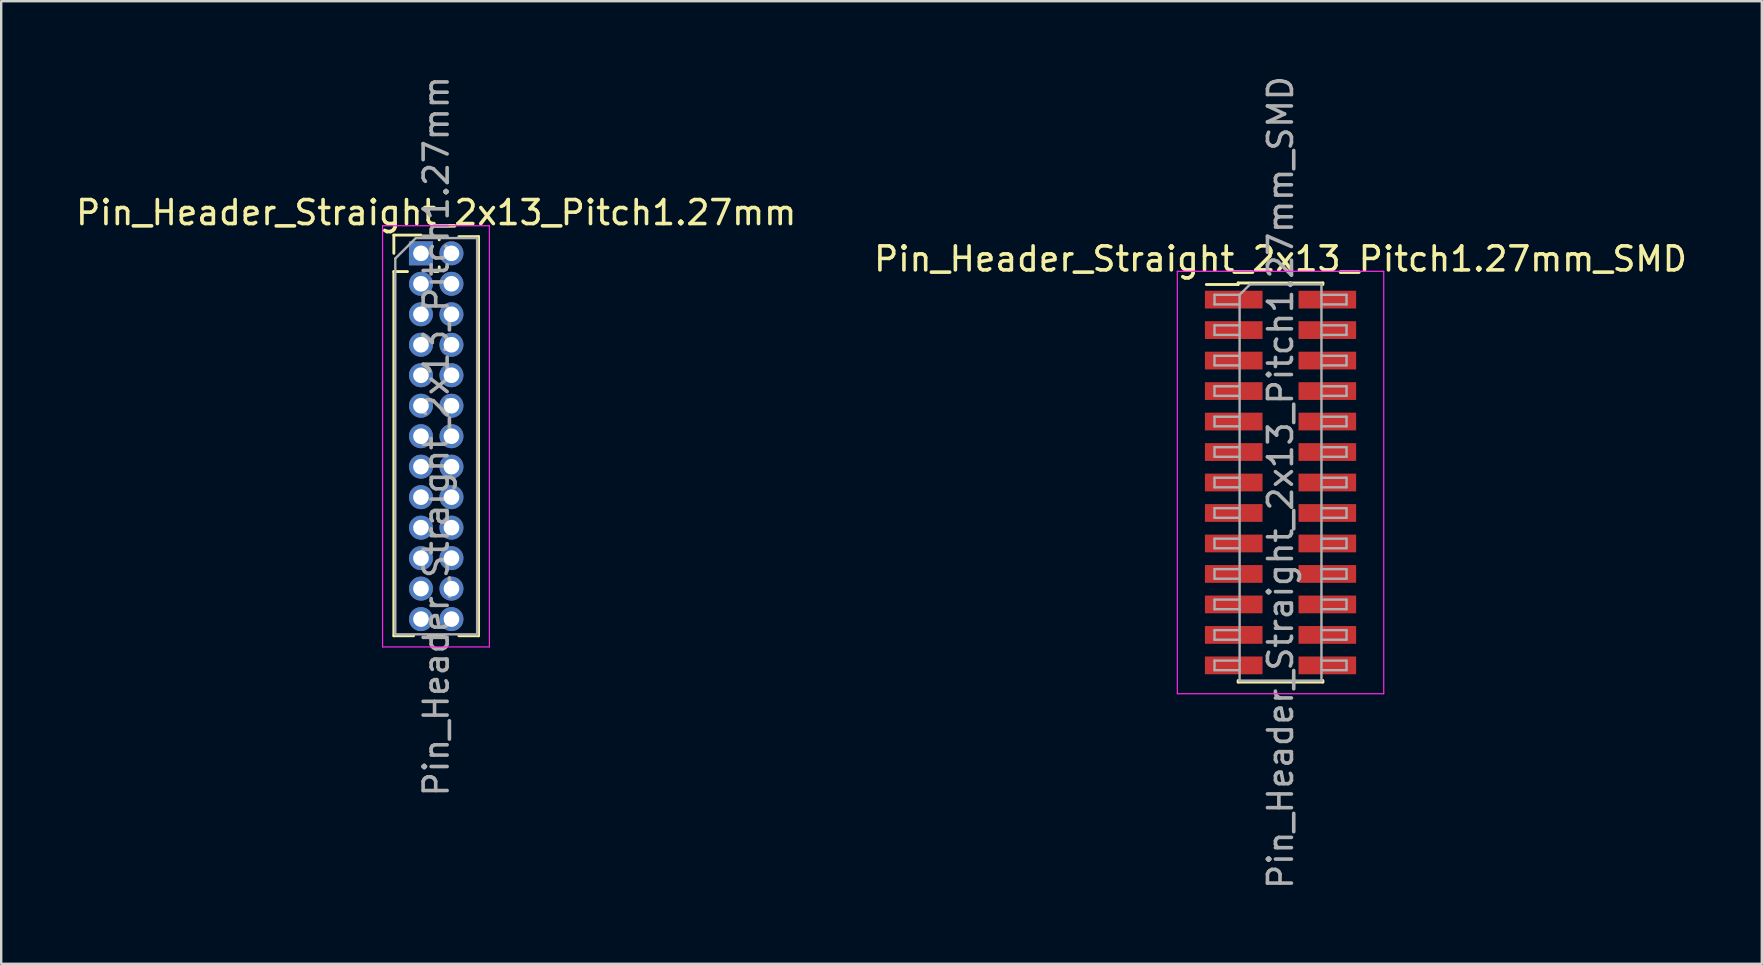
<source format=kicad_pcb>
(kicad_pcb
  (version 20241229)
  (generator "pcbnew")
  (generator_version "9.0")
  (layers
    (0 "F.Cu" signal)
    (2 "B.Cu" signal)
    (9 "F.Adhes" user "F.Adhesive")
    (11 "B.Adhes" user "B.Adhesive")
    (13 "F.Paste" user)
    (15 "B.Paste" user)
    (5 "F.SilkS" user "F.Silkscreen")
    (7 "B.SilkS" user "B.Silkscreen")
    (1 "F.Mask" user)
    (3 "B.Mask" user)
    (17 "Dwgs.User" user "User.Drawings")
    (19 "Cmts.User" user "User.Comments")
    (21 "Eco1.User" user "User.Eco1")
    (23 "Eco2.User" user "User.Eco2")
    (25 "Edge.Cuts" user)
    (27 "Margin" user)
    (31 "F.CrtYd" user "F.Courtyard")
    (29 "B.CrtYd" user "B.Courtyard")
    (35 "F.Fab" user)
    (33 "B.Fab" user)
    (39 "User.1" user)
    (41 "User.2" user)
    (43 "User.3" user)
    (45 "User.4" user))
  (footprint "Pin_Header_Straight_2x13_Pitch1.27mm"
    (layer "F.Cu")
    (at 14.49 7.505)
    (property "Reference" "Pin_Header_Straight_2x13_Pitch1.27mm" (at 0.635 -1.695 0) (layer "F.SilkS") (effects (font (size 1 1) (thickness 0.15))))
    (attr through_hole)
    (fp_line (start -1.13 -0.76) (end 0 -0.76) (stroke (width 0.12) (type solid)) (layer "F.SilkS"))
    (fp_line (start -1.13 0) (end -1.13 -0.76) (stroke (width 0.12) (type solid)) (layer "F.SilkS"))
    (fp_line (start -1.13 0.76) (end -1.13 15.935) (stroke (width 0.12) (type solid)) (layer "F.SilkS"))
    (fp_line (start -1.13 0.76) (end -0.563 0.76) (stroke (width 0.12) (type solid)) (layer "F.SilkS"))
    (fp_line (start -1.13 15.935) (end -0.308 15.935) (stroke (width 0.12) (type solid)) (layer "F.SilkS"))
    (fp_line (start 0.308 15.935) (end 0.962 15.935) (stroke (width 0.12) (type solid)) (layer "F.SilkS"))
    (fp_line (start 0.563 0.76) (end 0.707 0.76) (stroke (width 0.12) (type solid)) (layer "F.SilkS"))
    (fp_line (start 0.76 -0.695) (end 0.962 -0.695) (stroke (width 0.12) (type solid)) (layer "F.SilkS"))
    (fp_line (start 0.76 -0.563) (end 0.76 -0.695) (stroke (width 0.12) (type solid)) (layer "F.SilkS"))
    (fp_line (start 0.76 0.707) (end 0.76 0.563) (stroke (width 0.12) (type solid)) (layer "F.SilkS"))
    (fp_line (start 1.578 -0.695) (end 2.4 -0.695) (stroke (width 0.12) (type solid)) (layer "F.SilkS"))
    (fp_line (start 1.578 15.935) (end 2.4 15.935) (stroke (width 0.12) (type solid)) (layer "F.SilkS"))
    (fp_line (start 2.4 -0.695) (end 2.4 15.935) (stroke (width 0.12) (type solid)) (layer "F.SilkS"))
    (fp_line (start -1.6 -1.15) (end -1.6 16.4) (stroke (width 0.05) (type solid)) (layer "F.CrtYd"))
    (fp_line (start -1.6 16.4) (end 2.85 16.4) (stroke (width 0.05) (type solid)) (layer "F.CrtYd"))
    (fp_line (start 2.85 -1.15) (end -1.6 -1.15) (stroke (width 0.05) (type solid)) (layer "F.CrtYd"))
    (fp_line (start 2.85 16.4) (end 2.85 -1.15) (stroke (width 0.05) (type solid)) (layer "F.CrtYd"))
    (fp_line (start -1.07 0.217) (end -0.217 -0.635) (stroke (width 0.1) (type solid)) (layer "F.Fab"))
    (fp_line (start -1.07 15.875) (end -1.07 0.217) (stroke (width 0.1) (type solid)) (layer "F.Fab"))
    (fp_line (start -0.217 -0.635) (end 2.34 -0.635) (stroke (width 0.1) (type solid)) (layer "F.Fab"))
    (fp_line (start 2.34 -0.635) (end 2.34 15.875) (stroke (width 0.1) (type solid)) (layer "F.Fab"))
    (fp_line (start 2.34 15.875) (end -1.07 15.875) (stroke (width 0.1) (type solid)) (layer "F.Fab"))
    (fp_text user "${REFERENCE}" (at 0.635 7.62 90) (layer "F.Fab") (effects (font (size 1 1) (thickness 0.15))))
    (pad "1" thru_hole rect (at 0 0) (size 1 1) (drill 0.65) (layers "*.Cu" "*.Mask"))
    (pad "2" thru_hole oval (at 1.27 0) (size 1 1) (drill 0.65) (layers "*.Cu" "*.Mask"))
    (pad "3" thru_hole oval (at 0 1.27) (size 1 1) (drill 0.65) (layers "*.Cu" "*.Mask"))
    (pad "4" thru_hole oval (at 1.27 1.27) (size 1 1) (drill 0.65) (layers "*.Cu" "*.Mask"))
    (pad "5" thru_hole oval (at 0 2.54) (size 1 1) (drill 0.65) (layers "*.Cu" "*.Mask"))
    (pad "6" thru_hole oval (at 1.27 2.54) (size 1 1) (drill 0.65) (layers "*.Cu" "*.Mask"))
    (pad "7" thru_hole oval (at 0 3.81) (size 1 1) (drill 0.65) (layers "*.Cu" "*.Mask"))
    (pad "8" thru_hole oval (at 1.27 3.81) (size 1 1) (drill 0.65) (layers "*.Cu" "*.Mask"))
    (pad "9" thru_hole oval (at 0 5.08) (size 1 1) (drill 0.65) (layers "*.Cu" "*.Mask"))
    (pad "10" thru_hole oval (at 1.27 5.08) (size 1 1) (drill 0.65) (layers "*.Cu" "*.Mask"))
    (pad "11" thru_hole oval (at 0 6.35) (size 1 1) (drill 0.65) (layers "*.Cu" "*.Mask"))
    (pad "12" thru_hole oval (at 1.27 6.35) (size 1 1) (drill 0.65) (layers "*.Cu" "*.Mask"))
    (pad "13" thru_hole oval (at 0 7.62) (size 1 1) (drill 0.65) (layers "*.Cu" "*.Mask"))
    (pad "14" thru_hole oval (at 1.27 7.62) (size 1 1) (drill 0.65) (layers "*.Cu" "*.Mask"))
    (pad "15" thru_hole oval (at 0 8.89) (size 1 1) (drill 0.65) (layers "*.Cu" "*.Mask"))
    (pad "16" thru_hole oval (at 1.27 8.89) (size 1 1) (drill 0.65) (layers "*.Cu" "*.Mask"))
    (pad "17" thru_hole oval (at 0 10.16) (size 1 1) (drill 0.65) (layers "*.Cu" "*.Mask"))
    (pad "18" thru_hole oval (at 1.27 10.16) (size 1 1) (drill 0.65) (layers "*.Cu" "*.Mask"))
    (pad "19" thru_hole oval (at 0 11.43) (size 1 1) (drill 0.65) (layers "*.Cu" "*.Mask"))
    (pad "20" thru_hole oval (at 1.27 11.43) (size 1 1) (drill 0.65) (layers "*.Cu" "*.Mask"))
    (pad "21" thru_hole oval (at 0 12.7) (size 1 1) (drill 0.65) (layers "*.Cu" "*.Mask"))
    (pad "22" thru_hole oval (at 1.27 12.7) (size 1 1) (drill 0.65) (layers "*.Cu" "*.Mask"))
    (pad "23" thru_hole oval (at 0 13.97) (size 1 1) (drill 0.65) (layers "*.Cu" "*.Mask"))
    (pad "24" thru_hole oval (at 1.27 13.97) (size 1 1) (drill 0.65) (layers "*.Cu" "*.Mask"))
    (pad "25" thru_hole oval (at 0 15.24) (size 1 1) (drill 0.65) (layers "*.Cu" "*.Mask"))
    (pad "26" thru_hole oval (at 1.27 15.24) (size 1 1) (drill 0.65) (layers "*.Cu" "*.Mask")))
  (footprint "Pin_Header_Straight_2x13_Pitch1.27mm_SMD"
    (layer "F.Cu")
    (at 50.304 17.054)
    (property "Reference" "Pin_Header_Straight_2x13_Pitch1.27mm_SMD" (at 0 -9.315 0) (layer "F.SilkS") (effects (font (size 1 1) (thickness 0.15))))
    (attr smd)
    (fp_line (start -3.09 -8.25) (end -1.765 -8.25) (stroke (width 0.12) (type solid)) (layer "F.SilkS"))
    (fp_line (start -1.765 -8.315) (end -1.765 -8.25) (stroke (width 0.12) (type solid)) (layer "F.SilkS"))
    (fp_line (start -1.765 -8.315) (end 1.765 -8.315) (stroke (width 0.12) (type solid)) (layer "F.SilkS"))
    (fp_line (start -1.765 8.25) (end -1.765 8.315) (stroke (width 0.12) (type solid)) (layer "F.SilkS"))
    (fp_line (start -1.765 8.315) (end 1.765 8.315) (stroke (width 0.12) (type solid)) (layer "F.SilkS"))
    (fp_line (start 1.765 -8.315) (end 1.765 -8.25) (stroke (width 0.12) (type solid)) (layer "F.SilkS"))
    (fp_line (start 1.765 8.25) (end 1.765 8.315) (stroke (width 0.12) (type solid)) (layer "F.SilkS"))
    (fp_line (start -4.3 -8.8) (end -4.3 8.8) (stroke (width 0.05) (type solid)) (layer "F.CrtYd"))
    (fp_line (start -4.3 8.8) (end 4.3 8.8) (stroke (width 0.05) (type solid)) (layer "F.CrtYd"))
    (fp_line (start 4.3 -8.8) (end -4.3 -8.8) (stroke (width 0.05) (type solid)) (layer "F.CrtYd"))
    (fp_line (start 4.3 8.8) (end 4.3 -8.8) (stroke (width 0.05) (type solid)) (layer "F.CrtYd"))
    (fp_line (start -2.75 -7.82) (end -2.75 -7.42) (stroke (width 0.1) (type solid)) (layer "F.Fab"))
    (fp_line (start -2.75 -7.42) (end -1.705 -7.42) (stroke (width 0.1) (type solid)) (layer "F.Fab"))
    (fp_line (start -2.75 -6.55) (end -2.75 -6.15) (stroke (width 0.1) (type solid)) (layer "F.Fab"))
    (fp_line (start -2.75 -6.15) (end -1.705 -6.15) (stroke (width 0.1) (type solid)) (layer "F.Fab"))
    (fp_line (start -2.75 -5.28) (end -2.75 -4.88) (stroke (width 0.1) (type solid)) (layer "F.Fab"))
    (fp_line (start -2.75 -4.88) (end -1.705 -4.88) (stroke (width 0.1) (type solid)) (layer "F.Fab"))
    (fp_line (start -2.75 -4.01) (end -2.75 -3.61) (stroke (width 0.1) (type solid)) (layer "F.Fab"))
    (fp_line (start -2.75 -3.61) (end -1.705 -3.61) (stroke (width 0.1) (type solid)) (layer "F.Fab"))
    (fp_line (start -2.75 -2.74) (end -2.75 -2.34) (stroke (width 0.1) (type solid)) (layer "F.Fab"))
    (fp_line (start -2.75 -2.34) (end -1.705 -2.34) (stroke (width 0.1) (type solid)) (layer "F.Fab"))
    (fp_line (start -2.75 -1.47) (end -2.75 -1.07) (stroke (width 0.1) (type solid)) (layer "F.Fab"))
    (fp_line (start -2.75 -1.07) (end -1.705 -1.07) (stroke (width 0.1) (type solid)) (layer "F.Fab"))
    (fp_line (start -2.75 -0.2) (end -2.75 0.2) (stroke (width 0.1) (type solid)) (layer "F.Fab"))
    (fp_line (start -2.75 0.2) (end -1.705 0.2) (stroke (width 0.1) (type solid)) (layer "F.Fab"))
    (fp_line (start -2.75 1.07) (end -2.75 1.47) (stroke (width 0.1) (type solid)) (layer "F.Fab"))
    (fp_line (start -2.75 1.47) (end -1.705 1.47) (stroke (width 0.1) (type solid)) (layer "F.Fab"))
    (fp_line (start -2.75 2.34) (end -2.75 2.74) (stroke (width 0.1) (type solid)) (layer "F.Fab"))
    (fp_line (start -2.75 2.74) (end -1.705 2.74) (stroke (width 0.1) (type solid)) (layer "F.Fab"))
    (fp_line (start -2.75 3.61) (end -2.75 4.01) (stroke (width 0.1) (type solid)) (layer "F.Fab"))
    (fp_line (start -2.75 4.01) (end -1.705 4.01) (stroke (width 0.1) (type solid)) (layer "F.Fab"))
    (fp_line (start -2.75 4.88) (end -2.75 5.28) (stroke (width 0.1) (type solid)) (layer "F.Fab"))
    (fp_line (start -2.75 5.28) (end -1.705 5.28) (stroke (width 0.1) (type solid)) (layer "F.Fab"))
    (fp_line (start -2.75 6.15) (end -2.75 6.55) (stroke (width 0.1) (type solid)) (layer "F.Fab"))
    (fp_line (start -2.75 6.55) (end -1.705 6.55) (stroke (width 0.1) (type solid)) (layer "F.Fab"))
    (fp_line (start -2.75 7.42) (end -2.75 7.82) (stroke (width 0.1) (type solid)) (layer "F.Fab"))
    (fp_line (start -2.75 7.82) (end -1.705 7.82) (stroke (width 0.1) (type solid)) (layer "F.Fab"))
    (fp_line (start -1.705 -7.82) (end -2.75 -7.82) (stroke (width 0.1) (type solid)) (layer "F.Fab"))
    (fp_line (start -1.705 -7.82) (end -1.27 -8.255) (stroke (width 0.1) (type solid)) (layer "F.Fab"))
    (fp_line (start -1.705 -6.55) (end -2.75 -6.55) (stroke (width 0.1) (type solid)) (layer "F.Fab"))
    (fp_line (start -1.705 -5.28) (end -2.75 -5.28) (stroke (width 0.1) (type solid)) (layer "F.Fab"))
    (fp_line (start -1.705 -4.01) (end -2.75 -4.01) (stroke (width 0.1) (type solid)) (layer "F.Fab"))
    (fp_line (start -1.705 -2.74) (end -2.75 -2.74) (stroke (width 0.1) (type solid)) (layer "F.Fab"))
    (fp_line (start -1.705 -1.47) (end -2.75 -1.47) (stroke (width 0.1) (type solid)) (layer "F.Fab"))
    (fp_line (start -1.705 -0.2) (end -2.75 -0.2) (stroke (width 0.1) (type solid)) (layer "F.Fab"))
    (fp_line (start -1.705 1.07) (end -2.75 1.07) (stroke (width 0.1) (type solid)) (layer "F.Fab"))
    (fp_line (start -1.705 2.34) (end -2.75 2.34) (stroke (width 0.1) (type solid)) (layer "F.Fab"))
    (fp_line (start -1.705 3.61) (end -2.75 3.61) (stroke (width 0.1) (type solid)) (layer "F.Fab"))
    (fp_line (start -1.705 4.88) (end -2.75 4.88) (stroke (width 0.1) (type solid)) (layer "F.Fab"))
    (fp_line (start -1.705 6.15) (end -2.75 6.15) (stroke (width 0.1) (type solid)) (layer "F.Fab"))
    (fp_line (start -1.705 7.42) (end -2.75 7.42) (stroke (width 0.1) (type solid)) (layer "F.Fab"))
    (fp_line (start -1.705 8.255) (end -1.705 -7.82) (stroke (width 0.1) (type solid)) (layer "F.Fab"))
    (fp_line (start -1.27 -8.255) (end 1.705 -8.255) (stroke (width 0.1) (type solid)) (layer "F.Fab"))
    (fp_line (start 1.705 -8.255) (end 1.705 8.255) (stroke (width 0.1) (type solid)) (layer "F.Fab"))
    (fp_line (start 1.705 -7.82) (end 2.75 -7.82) (stroke (width 0.1) (type solid)) (layer "F.Fab"))
    (fp_line (start 1.705 -6.55) (end 2.75 -6.55) (stroke (width 0.1) (type solid)) (layer "F.Fab"))
    (fp_line (start 1.705 -5.28) (end 2.75 -5.28) (stroke (width 0.1) (type solid)) (layer "F.Fab"))
    (fp_line (start 1.705 -4.01) (end 2.75 -4.01) (stroke (width 0.1) (type solid)) (layer "F.Fab"))
    (fp_line (start 1.705 -2.74) (end 2.75 -2.74) (stroke (width 0.1) (type solid)) (layer "F.Fab"))
    (fp_line (start 1.705 -1.47) (end 2.75 -1.47) (stroke (width 0.1) (type solid)) (layer "F.Fab"))
    (fp_line (start 1.705 -0.2) (end 2.75 -0.2) (stroke (width 0.1) (type solid)) (layer "F.Fab"))
    (fp_line (start 1.705 1.07) (end 2.75 1.07) (stroke (width 0.1) (type solid)) (layer "F.Fab"))
    (fp_line (start 1.705 2.34) (end 2.75 2.34) (stroke (width 0.1) (type solid)) (layer "F.Fab"))
    (fp_line (start 1.705 3.61) (end 2.75 3.61) (stroke (width 0.1) (type solid)) (layer "F.Fab"))
    (fp_line (start 1.705 4.88) (end 2.75 4.88) (stroke (width 0.1) (type solid)) (layer "F.Fab"))
    (fp_line (start 1.705 6.15) (end 2.75 6.15) (stroke (width 0.1) (type solid)) (layer "F.Fab"))
    (fp_line (start 1.705 7.42) (end 2.75 7.42) (stroke (width 0.1) (type solid)) (layer "F.Fab"))
    (fp_line (start 1.705 8.255) (end -1.705 8.255) (stroke (width 0.1) (type solid)) (layer "F.Fab"))
    (fp_line (start 2.75 -7.82) (end 2.75 -7.42) (stroke (width 0.1) (type solid)) (layer "F.Fab"))
    (fp_line (start 2.75 -7.42) (end 1.705 -7.42) (stroke (width 0.1) (type solid)) (layer "F.Fab"))
    (fp_line (start 2.75 -6.55) (end 2.75 -6.15) (stroke (width 0.1) (type solid)) (layer "F.Fab"))
    (fp_line (start 2.75 -6.15) (end 1.705 -6.15) (stroke (width 0.1) (type solid)) (layer "F.Fab"))
    (fp_line (start 2.75 -5.28) (end 2.75 -4.88) (stroke (width 0.1) (type solid)) (layer "F.Fab"))
    (fp_line (start 2.75 -4.88) (end 1.705 -4.88) (stroke (width 0.1) (type solid)) (layer "F.Fab"))
    (fp_line (start 2.75 -4.01) (end 2.75 -3.61) (stroke (width 0.1) (type solid)) (layer "F.Fab"))
    (fp_line (start 2.75 -3.61) (end 1.705 -3.61) (stroke (width 0.1) (type solid)) (layer "F.Fab"))
    (fp_line (start 2.75 -2.74) (end 2.75 -2.34) (stroke (width 0.1) (type solid)) (layer "F.Fab"))
    (fp_line (start 2.75 -2.34) (end 1.705 -2.34) (stroke (width 0.1) (type solid)) (layer "F.Fab"))
    (fp_line (start 2.75 -1.47) (end 2.75 -1.07) (stroke (width 0.1) (type solid)) (layer "F.Fab"))
    (fp_line (start 2.75 -1.07) (end 1.705 -1.07) (stroke (width 0.1) (type solid)) (layer "F.Fab"))
    (fp_line (start 2.75 -0.2) (end 2.75 0.2) (stroke (width 0.1) (type solid)) (layer "F.Fab"))
    (fp_line (start 2.75 0.2) (end 1.705 0.2) (stroke (width 0.1) (type solid)) (layer "F.Fab"))
    (fp_line (start 2.75 1.07) (end 2.75 1.47) (stroke (width 0.1) (type solid)) (layer "F.Fab"))
    (fp_line (start 2.75 1.47) (end 1.705 1.47) (stroke (width 0.1) (type solid)) (layer "F.Fab"))
    (fp_line (start 2.75 2.34) (end 2.75 2.74) (stroke (width 0.1) (type solid)) (layer "F.Fab"))
    (fp_line (start 2.75 2.74) (end 1.705 2.74) (stroke (width 0.1) (type solid)) (layer "F.Fab"))
    (fp_line (start 2.75 3.61) (end 2.75 4.01) (stroke (width 0.1) (type solid)) (layer "F.Fab"))
    (fp_line (start 2.75 4.01) (end 1.705 4.01) (stroke (width 0.1) (type solid)) (layer "F.Fab"))
    (fp_line (start 2.75 4.88) (end 2.75 5.28) (stroke (width 0.1) (type solid)) (layer "F.Fab"))
    (fp_line (start 2.75 5.28) (end 1.705 5.28) (stroke (width 0.1) (type solid)) (layer "F.Fab"))
    (fp_line (start 2.75 6.15) (end 2.75 6.55) (stroke (width 0.1) (type solid)) (layer "F.Fab"))
    (fp_line (start 2.75 6.55) (end 1.705 6.55) (stroke (width 0.1) (type solid)) (layer "F.Fab"))
    (fp_line (start 2.75 7.42) (end 2.75 7.82) (stroke (width 0.1) (type solid)) (layer "F.Fab"))
    (fp_line (start 2.75 7.82) (end 1.705 7.82) (stroke (width 0.1) (type solid)) (layer "F.Fab"))
    (fp_text user "${REFERENCE}" (at 0 0 90) (layer "F.Fab") (effects (font (size 1 1) (thickness 0.15))))
    (pad "1" smd rect (at -1.95 -7.62) (size 2.4 0.74) (layers "F.Cu" "F.Mask" "F.Paste"))
    (pad "2" smd rect (at 1.95 -7.62) (size 2.4 0.74) (layers "F.Cu" "F.Mask" "F.Paste"))
    (pad "3" smd rect (at -1.95 -6.35) (size 2.4 0.74) (layers "F.Cu" "F.Mask" "F.Paste"))
    (pad "4" smd rect (at 1.95 -6.35) (size 2.4 0.74) (layers "F.Cu" "F.Mask" "F.Paste"))
    (pad "5" smd rect (at -1.95 -5.08) (size 2.4 0.74) (layers "F.Cu" "F.Mask" "F.Paste"))
    (pad "6" smd rect (at 1.95 -5.08) (size 2.4 0.74) (layers "F.Cu" "F.Mask" "F.Paste"))
    (pad "7" smd rect (at -1.95 -3.81) (size 2.4 0.74) (layers "F.Cu" "F.Mask" "F.Paste"))
    (pad "8" smd rect (at 1.95 -3.81) (size 2.4 0.74) (layers "F.Cu" "F.Mask" "F.Paste"))
    (pad "9" smd rect (at -1.95 -2.54) (size 2.4 0.74) (layers "F.Cu" "F.Mask" "F.Paste"))
    (pad "10" smd rect (at 1.95 -2.54) (size 2.4 0.74) (layers "F.Cu" "F.Mask" "F.Paste"))
    (pad "11" smd rect (at -1.95 -1.27) (size 2.4 0.74) (layers "F.Cu" "F.Mask" "F.Paste"))
    (pad "12" smd rect (at 1.95 -1.27) (size 2.4 0.74) (layers "F.Cu" "F.Mask" "F.Paste"))
    (pad "13" smd rect (at -1.95 0) (size 2.4 0.74) (layers "F.Cu" "F.Mask" "F.Paste"))
    (pad "14" smd rect (at 1.95 0) (size 2.4 0.74) (layers "F.Cu" "F.Mask" "F.Paste"))
    (pad "15" smd rect (at -1.95 1.27) (size 2.4 0.74) (layers "F.Cu" "F.Mask" "F.Paste"))
    (pad "16" smd rect (at 1.95 1.27) (size 2.4 0.74) (layers "F.Cu" "F.Mask" "F.Paste"))
    (pad "17" smd rect (at -1.95 2.54) (size 2.4 0.74) (layers "F.Cu" "F.Mask" "F.Paste"))
    (pad "18" smd rect (at 1.95 2.54) (size 2.4 0.74) (layers "F.Cu" "F.Mask" "F.Paste"))
    (pad "19" smd rect (at -1.95 3.81) (size 2.4 0.74) (layers "F.Cu" "F.Mask" "F.Paste"))
    (pad "20" smd rect (at 1.95 3.81) (size 2.4 0.74) (layers "F.Cu" "F.Mask" "F.Paste"))
    (pad "21" smd rect (at -1.95 5.08) (size 2.4 0.74) (layers "F.Cu" "F.Mask" "F.Paste"))
    (pad "22" smd rect (at 1.95 5.08) (size 2.4 0.74) (layers "F.Cu" "F.Mask" "F.Paste"))
    (pad "23" smd rect (at -1.95 6.35) (size 2.4 0.74) (layers "F.Cu" "F.Mask" "F.Paste"))
    (pad "24" smd rect (at 1.95 6.35) (size 2.4 0.74) (layers "F.Cu" "F.Mask" "F.Paste"))
    (pad "25" smd rect (at -1.95 7.62) (size 2.4 0.74) (layers "F.Cu" "F.Mask" "F.Paste"))
    (pad "26" smd rect (at 1.95 7.62) (size 2.4 0.74) (layers "F.Cu" "F.Mask" "F.Paste")))
  (gr_rect
    (start -3 -3)
    (end 70.357 37.107)
    (stroke (width 0.1) (type default))
    (fill no)
    (layer "Edge.Cuts")))
</source>
